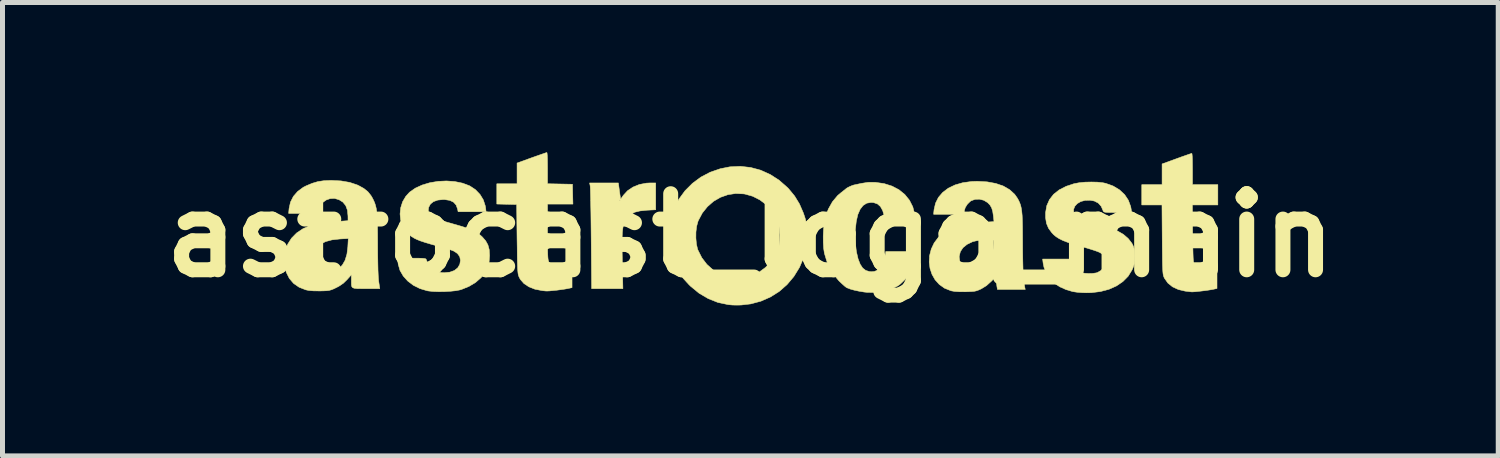
<source format=kicad_pcb>
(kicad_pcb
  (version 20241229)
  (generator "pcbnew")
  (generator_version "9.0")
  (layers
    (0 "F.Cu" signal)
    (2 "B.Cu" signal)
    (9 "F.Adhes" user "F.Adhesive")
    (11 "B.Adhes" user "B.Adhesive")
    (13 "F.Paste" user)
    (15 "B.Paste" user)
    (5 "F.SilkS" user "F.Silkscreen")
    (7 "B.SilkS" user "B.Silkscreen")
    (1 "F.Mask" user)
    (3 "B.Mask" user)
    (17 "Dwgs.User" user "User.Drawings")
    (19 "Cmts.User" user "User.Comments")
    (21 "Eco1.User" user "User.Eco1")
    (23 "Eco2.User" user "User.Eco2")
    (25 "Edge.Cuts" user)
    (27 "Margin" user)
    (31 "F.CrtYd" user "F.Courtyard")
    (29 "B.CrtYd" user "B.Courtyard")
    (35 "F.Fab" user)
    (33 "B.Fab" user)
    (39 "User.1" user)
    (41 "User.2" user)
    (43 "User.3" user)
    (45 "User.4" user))
  (footprint "astrocast_logo_main"
    (layer "F.Cu")
    (at 11.982 1.665)
    (property "Reference" "astrocast_logo_main" (at 0 0 0) (layer "F.SilkS") (effects (font (size 1.524 1.524) (thickness 0.3))))
    (attr through_hole)
    (fp_poly (pts (xy -2.933 -1.05) (xy -2.645 -1.05) (xy -2.635 -0.978) (xy -2.627 -0.917) (xy -2.617 -0.845) (xy -2.613 -0.815) (xy -2.599 -0.725) (xy -2.546 -0.801) (xy -2.461 -0.894) (xy -2.352 -0.967) (xy -2.225 -1.019) (xy -2.085 -1.046) (xy -2.014 -1.05) (xy -1.897 -1.05) (xy -1.897 -0.513) (xy -2.076 -0.504) (xy -2.21 -0.49) (xy -2.316 -0.464) (xy -2.398 -0.422) (xy -2.463 -0.363) (xy -2.493 -0.321) (xy -2.515 -0.281) (xy -2.533 -0.239) (xy -2.547 -0.191) (xy -2.557 -0.132) (xy -2.565 -0.059) (xy -2.569 0.031) (xy -2.57 0.143) (xy -2.57 0.279) (xy -2.567 0.444) (xy -2.566 0.521) (xy -2.554 1.067) (xy -3.18 1.067) (xy -3.189 0.064) (xy -3.191 -0.119) (xy -3.193 -0.293) (xy -3.195 -0.455) (xy -3.198 -0.602) (xy -3.2 -0.703) (xy -2.625 -0.703) (xy -2.616 -0.694) (xy -2.608 -0.703) (xy -2.616 -0.711) (xy -2.625 -0.703) (xy -3.2 -0.703) (xy -3.2 -0.73) (xy -3.203 -0.837) (xy -3.205 -0.919) (xy -3.208 -0.973) (xy -3.21 -0.995) (xy -3.221 -1.05) (xy -2.933 -1.05)) (stroke (width 0.01) (type solid)) (fill yes) (layer "F.SilkS"))
    (fp_poly (pts (xy 8.847 -1.627) (xy 8.851 -1.582) (xy 8.854 -1.514) (xy 8.855 -1.428) (xy 8.856 -1.329) (xy 8.856 -1.016) (xy 9.364 -1.016) (xy 9.364 -0.61) (xy 8.854 -0.61) (xy 8.859 -0.038) (xy 8.861 0.13) (xy 8.864 0.267) (xy 8.867 0.375) (xy 8.87 0.457) (xy 8.875 0.516) (xy 8.88 0.553) (xy 8.886 0.571) (xy 8.921 0.614) (xy 8.971 0.642) (xy 9.042 0.659) (xy 9.139 0.665) (xy 9.182 0.666) (xy 9.347 0.664) (xy 9.347 1.064) (xy 9.26 1.083) (xy 9.207 1.092) (xy 9.135 1.103) (xy 9.055 1.113) (xy 8.976 1.122) (xy 8.906 1.129) (xy 8.856 1.132) (xy 8.839 1.132) (xy 8.81 1.129) (xy 8.759 1.123) (xy 8.71 1.117) (xy 8.574 1.085) (xy 8.457 1.031) (xy 8.363 0.955) (xy 8.295 0.859) (xy 8.285 0.838) (xy 8.278 0.819) (xy 8.271 0.795) (xy 8.266 0.763) (xy 8.262 0.721) (xy 8.259 0.664) (xy 8.256 0.589) (xy 8.254 0.494) (xy 8.253 0.374) (xy 8.251 0.226) (xy 8.25 0.08) (xy 8.245 -0.61) (xy 7.84 -0.61) (xy 7.84 -1.016) (xy 8.247 -1.016) (xy 8.247 -1.431) (xy 8.539 -1.537) (xy 8.632 -1.571) (xy 8.715 -1.6) (xy 8.781 -1.623) (xy 8.826 -1.638) (xy 8.843 -1.643) (xy 8.847 -1.627)) (stroke (width 0.01) (type solid)) (fill yes) (layer "F.SilkS"))
    (fp_poly (pts (xy -4.073 -1.644) (xy -4.069 -1.599) (xy -4.066 -1.531) (xy -4.065 -1.445) (xy -4.064 -1.347) (xy -4.064 -1.034) (xy -3.814 -1.029) (xy -3.564 -1.024) (xy -3.56 -0.826) (xy -3.555 -0.627) (xy -4.064 -0.627) (xy -4.064 -0.072) (xy -4.064 0.082) (xy -4.063 0.206) (xy -4.062 0.304) (xy -4.06 0.379) (xy -4.057 0.435) (xy -4.053 0.476) (xy -4.047 0.506) (xy -4.04 0.529) (xy -4.034 0.542) (xy -4.005 0.588) (xy -3.965 0.619) (xy -3.91 0.638) (xy -3.832 0.647) (xy -3.738 0.649) (xy -3.573 0.647) (xy -3.573 1.047) (xy -3.66 1.066) (xy -3.718 1.076) (xy -3.793 1.087) (xy -3.876 1.098) (xy -3.957 1.106) (xy -4.028 1.113) (xy -4.078 1.115) (xy -4.089 1.115) (xy -4.132 1.111) (xy -4.174 1.106) (xy -4.317 1.078) (xy -4.438 1.03) (xy -4.536 0.965) (xy -4.607 0.884) (xy -4.625 0.852) (xy -4.635 0.831) (xy -4.643 0.811) (xy -4.65 0.787) (xy -4.655 0.757) (xy -4.659 0.717) (xy -4.663 0.663) (xy -4.665 0.593) (xy -4.668 0.503) (xy -4.67 0.389) (xy -4.671 0.247) (xy -4.674 0.076) (xy -4.682 -0.618) (xy -4.881 -0.623) (xy -5.08 -0.628) (xy -5.08 -1.033) (xy -4.674 -1.033) (xy -4.674 -1.449) (xy -4.381 -1.555) (xy -4.288 -1.588) (xy -4.205 -1.617) (xy -4.139 -1.64) (xy -4.095 -1.655) (xy -4.077 -1.66) (xy -4.073 -1.644)) (stroke (width 0.01) (type solid)) (fill yes) (layer "F.SilkS"))
    (fp_poly (pts (xy 2.504 -1.062) (xy 2.679 -1.037) (xy 2.837 -0.987) (xy 2.976 -0.914) (xy 3.093 -0.819) (xy 3.186 -0.704) (xy 3.253 -0.572) (xy 3.291 -0.423) (xy 3.297 -0.378) (xy 3.307 -0.27) (xy 3.005 -0.275) (xy 2.704 -0.279) (xy 2.682 -0.386) (xy 2.65 -0.497) (xy 2.605 -0.578) (xy 2.544 -0.631) (xy 2.466 -0.657) (xy 2.416 -0.66) (xy 2.33 -0.645) (xy 2.258 -0.599) (xy 2.198 -0.522) (xy 2.152 -0.417) (xy 2.121 -0.282) (xy 2.103 -0.12) (xy 2.1 0.002) (xy 2.102 0.099) (xy 2.109 0.2) (xy 2.119 0.29) (xy 2.126 0.337) (xy 2.158 0.473) (xy 2.199 0.578) (xy 2.249 0.654) (xy 2.31 0.702) (xy 2.384 0.725) (xy 2.425 0.728) (xy 2.483 0.723) (xy 2.527 0.705) (xy 2.568 0.673) (xy 2.638 0.589) (xy 2.684 0.481) (xy 2.701 0.402) (xy 2.713 0.322) (xy 3.319 0.322) (xy 3.319 0.377) (xy 3.304 0.504) (xy 3.26 0.633) (xy 3.194 0.76) (xy 3.108 0.875) (xy 3.006 0.973) (xy 2.949 1.014) (xy 2.824 1.076) (xy 2.678 1.12) (xy 2.518 1.142) (xy 2.354 1.143) (xy 2.278 1.135) (xy 2.175 1.118) (xy 2.078 1.097) (xy 1.996 1.074) (xy 1.935 1.05) (xy 1.919 1.041) (xy 1.887 1.016) (xy 1.84 0.974) (xy 1.787 0.924) (xy 1.769 0.906) (xy 1.678 0.796) (xy 1.597 0.663) (xy 1.53 0.516) (xy 1.484 0.363) (xy 1.481 0.35) (xy 1.467 0.256) (xy 1.46 0.141) (xy 1.459 0.014) (xy 1.465 -0.114) (xy 1.476 -0.231) (xy 1.493 -0.328) (xy 1.498 -0.347) (xy 1.56 -0.524) (xy 1.644 -0.674) (xy 1.748 -0.798) (xy 1.818 -0.857) (xy 1.864 -0.893) (xy 1.899 -0.92) (xy 1.913 -0.933) (xy 1.938 -0.951) (xy 1.98 -0.973) (xy 2.028 -0.994) (xy 2.068 -1.008) (xy 2.072 -1.009) (xy 2.106 -1.016) (xy 2.161 -1.028) (xy 2.227 -1.042) (xy 2.233 -1.043) (xy 2.356 -1.062) (xy 2.488 -1.063) (xy 2.504 -1.062)) (stroke (width 0.01) (type solid)) (fill yes) (layer "F.SilkS"))
    (fp_poly (pts (xy 0.005 -1.36) (xy 0.205 -1.306) (xy 0.396 -1.22) (xy 0.575 -1.105) (xy 0.739 -0.961) (xy 0.765 -0.935) (xy 0.886 -0.788) (xy 0.983 -0.629) (xy 1.061 -0.449) (xy 1.07 -0.423) (xy 1.091 -0.361) (xy 1.106 -0.31) (xy 1.116 -0.263) (xy 1.121 -0.211) (xy 1.124 -0.146) (xy 1.125 -0.06) (xy 1.125 0.008) (xy 1.125 0.112) (xy 1.124 0.189) (xy 1.12 0.248) (xy 1.113 0.297) (xy 1.101 0.345) (xy 1.084 0.398) (xy 1.07 0.438) (xy 0.983 0.642) (xy 0.87 0.825) (xy 0.734 0.986) (xy 0.578 1.123) (xy 0.402 1.234) (xy 0.211 1.318) (xy 0.006 1.373) (xy -0.183 1.395) (xy -0.269 1.397) (xy -0.36 1.395) (xy -0.438 1.388) (xy -0.446 1.387) (xy -0.653 1.343) (xy -0.846 1.266) (xy -1.028 1.159) (xy -1.197 1.02) (xy -1.227 0.991) (xy -1.346 0.861) (xy -1.44 0.732) (xy -1.514 0.594) (xy -1.574 0.436) (xy -1.604 0.337) (xy -1.621 0.246) (xy -1.631 0.133) (xy -1.633 0.057) (xy -1.092 0.057) (xy -1.081 0.175) (xy -1.058 0.276) (xy -1.051 0.294) (xy -0.973 0.449) (xy -0.871 0.582) (xy -0.748 0.692) (xy -0.606 0.776) (xy -0.448 0.832) (xy -0.384 0.845) (xy -0.313 0.856) (xy -0.261 0.86) (xy -0.21 0.859) (xy -0.147 0.851) (xy -0.119 0.846) (xy 0.032 0.806) (xy 0.174 0.737) (xy 0.302 0.643) (xy 0.412 0.528) (xy 0.5 0.397) (xy 0.561 0.253) (xy 0.574 0.203) (xy 0.588 0.103) (xy 0.591 -0.012) (xy 0.582 -0.127) (xy 0.567 -0.211) (xy 0.511 -0.36) (xy 0.427 -0.495) (xy 0.319 -0.613) (xy 0.191 -0.71) (xy 0.048 -0.783) (xy -0.107 -0.827) (xy -0.131 -0.831) (xy -0.294 -0.839) (xy -0.452 -0.815) (xy -0.601 -0.762) (xy -0.739 -0.682) (xy -0.86 -0.576) (xy -0.963 -0.448) (xy -1.042 -0.299) (xy -1.051 -0.277) (xy -1.077 -0.181) (xy -1.091 -0.066) (xy -1.092 0.057) (xy -1.633 0.057) (xy -1.635 0.009) (xy -1.631 -0.117) (xy -1.62 -0.233) (xy -1.603 -0.328) (xy -1.602 -0.33) (xy -1.531 -0.537) (xy -1.432 -0.726) (xy -1.308 -0.895) (xy -1.16 -1.043) (xy -0.992 -1.167) (xy -0.806 -1.265) (xy -0.603 -1.335) (xy -0.411 -1.373) (xy -0.201 -1.383) (xy 0.005 -1.36)) (stroke (width 0.01) (type solid)) (fill yes) (layer "F.SilkS"))
    (fp_poly (pts (xy -5.922 -1.078) (xy -5.766 -1.046) (xy -5.626 -0.993) (xy -5.617 -0.988) (xy -5.508 -0.916) (xy -5.417 -0.821) (xy -5.35 -0.711) (xy -5.311 -0.591) (xy -5.305 -0.557) (xy -5.295 -0.474) (xy -5.855 -0.474) (xy -5.865 -0.525) (xy -5.894 -0.606) (xy -5.946 -0.665) (xy -6.021 -0.701) (xy -6.122 -0.717) (xy -6.155 -0.718) (xy -6.263 -0.707) (xy -6.349 -0.676) (xy -6.41 -0.627) (xy -6.445 -0.561) (xy -6.452 -0.508) (xy -6.45 -0.469) (xy -6.442 -0.435) (xy -6.424 -0.406) (xy -6.394 -0.38) (xy -6.348 -0.354) (xy -6.282 -0.328) (xy -6.194 -0.298) (xy -6.08 -0.265) (xy -5.937 -0.224) (xy -5.918 -0.219) (xy -5.77 -0.176) (xy -5.65 -0.135) (xy -5.554 -0.095) (xy -5.476 -0.052) (xy -5.411 -0.005) (xy -5.376 0.026) (xy -5.304 0.108) (xy -5.258 0.191) (xy -5.232 0.286) (xy -5.225 0.402) (xy -5.225 0.406) (xy -5.235 0.539) (xy -5.266 0.652) (xy -5.322 0.755) (xy -5.394 0.845) (xy -5.504 0.942) (xy -5.637 1.022) (xy -5.784 1.082) (xy -5.817 1.092) (xy -5.899 1.108) (xy -6.004 1.119) (xy -6.122 1.126) (xy -6.242 1.128) (xy -6.354 1.124) (xy -6.447 1.114) (xy -6.473 1.11) (xy -6.62 1.066) (xy -6.752 1) (xy -6.864 0.915) (xy -6.954 0.815) (xy -7.019 0.703) (xy -7.054 0.582) (xy -7.058 0.548) (xy -7.065 0.457) (xy -6.782 0.457) (xy -6.678 0.457) (xy -6.603 0.458) (xy -6.552 0.461) (xy -6.52 0.465) (xy -6.502 0.472) (xy -6.494 0.482) (xy -6.49 0.493) (xy -6.449 0.594) (xy -6.386 0.67) (xy -6.3 0.72) (xy -6.192 0.745) (xy -6.134 0.748) (xy -6.021 0.737) (xy -5.93 0.704) (xy -5.862 0.65) (xy -5.821 0.579) (xy -5.808 0.498) (xy -5.823 0.425) (xy -5.869 0.363) (xy -5.941 0.315) (xy -5.975 0.301) (xy -6.034 0.281) (xy -6.113 0.257) (xy -6.205 0.23) (xy -6.269 0.213) (xy -6.408 0.174) (xy -6.519 0.141) (xy -6.607 0.112) (xy -6.677 0.084) (xy -6.733 0.057) (xy -6.782 0.027) (xy -6.815 0.003) (xy -6.904 -0.085) (xy -6.968 -0.19) (xy -7.006 -0.306) (xy -7.018 -0.429) (xy -7.005 -0.553) (xy -6.967 -0.673) (xy -6.903 -0.782) (xy -6.826 -0.866) (xy -6.712 -0.946) (xy -6.574 -1.009) (xy -6.42 -1.055) (xy -6.256 -1.082) (xy -6.088 -1.09) (xy -5.922 -1.078)) (stroke (width 0.01) (type solid)) (fill yes) (layer "F.SilkS"))
    (fp_poly (pts (xy -8.201 -1.091) (xy -8.027 -1.061) (xy -7.877 -1.011) (xy -7.849 -0.998) (xy -7.744 -0.94) (xy -7.664 -0.876) (xy -7.601 -0.798) (xy -7.571 -0.747) (xy -7.546 -0.697) (xy -7.525 -0.648) (xy -7.509 -0.597) (xy -7.495 -0.539) (xy -7.485 -0.471) (xy -7.478 -0.389) (xy -7.473 -0.288) (xy -7.47 -0.166) (xy -7.468 -0.018) (xy -7.467 0.159) (xy -7.467 0.186) (xy -7.466 0.382) (xy -7.463 0.553) (xy -7.46 0.697) (xy -7.455 0.811) (xy -7.449 0.894) (xy -7.445 0.927) (xy -7.424 1.067) (xy -7.698 1.067) (xy -7.804 1.067) (xy -7.881 1.066) (xy -7.934 1.06) (xy -7.967 1.048) (xy -7.985 1.026) (xy -7.992 0.992) (xy -7.993 0.944) (xy -7.993 0.901) (xy -7.993 0.789) (xy -8.078 0.885) (xy -8.154 0.959) (xy -8.243 1.019) (xy -8.293 1.045) (xy -8.351 1.073) (xy -8.397 1.091) (xy -8.441 1.103) (xy -8.493 1.109) (xy -8.564 1.112) (xy -8.618 1.113) (xy -8.745 1.112) (xy -8.844 1.104) (xy -8.907 1.091) (xy -9.04 1.039) (xy -9.151 0.962) (xy -9.237 0.861) (xy -9.299 0.736) (xy -9.336 0.597) (xy -9.344 0.453) (xy -9.339 0.423) (xy -8.737 0.423) (xy -8.723 0.525) (xy -8.682 0.609) (xy -8.619 0.672) (xy -8.537 0.711) (xy -8.441 0.725) (xy -8.343 0.71) (xy -8.25 0.667) (xy -8.176 0.597) (xy -8.119 0.499) (xy -8.082 0.376) (xy -8.064 0.23) (xy -8.055 0.063) (xy -8.223 0.072) (xy -8.382 0.09) (xy -8.512 0.125) (xy -8.612 0.177) (xy -8.683 0.245) (xy -8.725 0.33) (xy -8.737 0.423) (xy -9.339 0.423) (xy -9.321 0.311) (xy -9.269 0.177) (xy -9.192 0.056) (xy -9.09 -0.048) (xy -8.968 -0.13) (xy -8.959 -0.135) (xy -8.855 -0.18) (xy -8.74 -0.216) (xy -8.608 -0.243) (xy -8.452 -0.264) (xy -8.327 -0.275) (xy -8.06 -0.294) (xy -8.061 -0.388) (xy -8.072 -0.504) (xy -8.106 -0.596) (xy -8.162 -0.665) (xy -8.238 -0.713) (xy -8.33 -0.741) (xy -8.42 -0.736) (xy -8.497 -0.709) (xy -8.573 -0.655) (xy -8.623 -0.581) (xy -8.645 -0.505) (xy -8.656 -0.44) (xy -9.25 -0.44) (xy -9.241 -0.539) (xy -9.213 -0.666) (xy -9.155 -0.781) (xy -9.068 -0.881) (xy -8.955 -0.964) (xy -8.9 -0.992) (xy -8.778 -1.043) (xy -8.664 -1.077) (xy -8.544 -1.095) (xy -8.405 -1.101) (xy -8.395 -1.101) (xy -8.201 -1.091)) (stroke (width 0.01) (type solid)) (fill yes) (layer "F.SilkS"))
    (fp_poly (pts (xy 6.953 -1.066) (xy 7.062 -1.054) (xy 7.119 -1.042) (xy 7.268 -0.988) (xy 7.394 -0.912) (xy 7.496 -0.817) (xy 7.571 -0.705) (xy 7.618 -0.578) (xy 7.627 -0.529) (xy 7.637 -0.457) (xy 7.357 -0.457) (xy 7.253 -0.458) (xy 7.178 -0.459) (xy 7.127 -0.461) (xy 7.095 -0.466) (xy 7.078 -0.473) (xy 7.07 -0.483) (xy 7.068 -0.487) (xy 7.028 -0.581) (xy 6.969 -0.647) (xy 6.89 -0.688) (xy 6.804 -0.704) (xy 6.704 -0.701) (xy 6.618 -0.678) (xy 6.548 -0.637) (xy 6.499 -0.583) (xy 6.474 -0.519) (xy 6.477 -0.448) (xy 6.489 -0.414) (xy 6.505 -0.388) (xy 6.531 -0.365) (xy 6.57 -0.341) (xy 6.628 -0.317) (xy 6.706 -0.29) (xy 6.81 -0.258) (xy 6.942 -0.221) (xy 6.945 -0.22) (xy 7.051 -0.19) (xy 7.153 -0.159) (xy 7.244 -0.129) (xy 7.316 -0.104) (xy 7.358 -0.086) (xy 7.473 -0.019) (xy 7.569 0.064) (xy 7.641 0.157) (xy 7.654 0.18) (xy 7.675 0.225) (xy 7.687 0.27) (xy 7.694 0.323) (xy 7.696 0.397) (xy 7.696 0.423) (xy 7.695 0.504) (xy 7.69 0.562) (xy 7.679 0.61) (xy 7.66 0.661) (xy 7.644 0.694) (xy 7.567 0.819) (xy 7.462 0.925) (xy 7.333 1.013) (xy 7.183 1.08) (xy 7.013 1.125) (xy 6.827 1.148) (xy 6.727 1.15) (xy 6.64 1.147) (xy 6.551 1.14) (xy 6.475 1.129) (xy 6.454 1.125) (xy 6.324 1.087) (xy 6.2 1.031) (xy 6.093 0.962) (xy 6.055 0.931) (xy 5.983 0.848) (xy 5.923 0.746) (xy 5.881 0.638) (xy 5.865 0.563) (xy 5.854 0.474) (xy 6.429 0.474) (xy 6.45 0.542) (xy 6.486 0.619) (xy 6.541 0.687) (xy 6.605 0.735) (xy 6.632 0.746) (xy 6.696 0.759) (xy 6.776 0.764) (xy 6.857 0.762) (xy 6.927 0.752) (xy 6.951 0.745) (xy 7.025 0.702) (xy 7.083 0.637) (xy 7.113 0.571) (xy 7.118 0.495) (xy 7.091 0.424) (xy 7.035 0.365) (xy 7.001 0.344) (xy 6.963 0.327) (xy 6.899 0.304) (xy 6.815 0.277) (xy 6.719 0.248) (xy 6.625 0.221) (xy 6.478 0.179) (xy 6.36 0.141) (xy 6.265 0.105) (xy 6.189 0.068) (xy 6.127 0.029) (xy 6.074 -0.015) (xy 6.039 -0.052) (xy 5.972 -0.143) (xy 5.931 -0.241) (xy 5.913 -0.354) (xy 5.913 -0.456) (xy 5.937 -0.594) (xy 5.991 -0.716) (xy 6.073 -0.822) (xy 6.185 -0.911) (xy 6.326 -0.983) (xy 6.483 -1.035) (xy 6.584 -1.054) (xy 6.703 -1.066) (xy 6.83 -1.069) (xy 6.953 -1.066)) (stroke (width 0.01) (type solid)) (fill yes) (layer "F.SilkS"))
    (fp_poly (pts (xy 4.742 -1.072) (xy 4.916 -1.04) (xy 5.067 -0.988) (xy 5.193 -0.915) (xy 5.293 -0.824) (xy 5.346 -0.749) (xy 5.373 -0.701) (xy 5.395 -0.653) (xy 5.413 -0.603) (xy 5.426 -0.547) (xy 5.436 -0.479) (xy 5.444 -0.397) (xy 5.448 -0.296) (xy 5.451 -0.172) (xy 5.452 -0.022) (xy 5.453 0.118) (xy 5.454 0.335) (xy 5.457 0.52) (xy 5.461 0.677) (xy 5.469 0.807) (xy 5.478 0.915) (xy 5.49 1.001) (xy 5.496 1.037) (xy 5.506 1.084) (xy 4.949 1.084) (xy 4.938 1.02) (xy 4.931 0.96) (xy 4.928 0.893) (xy 4.928 0.884) (xy 4.928 0.811) (xy 4.833 0.913) (xy 4.729 1.007) (xy 4.625 1.071) (xy 4.574 1.094) (xy 4.531 1.11) (xy 4.487 1.12) (xy 4.431 1.125) (xy 4.355 1.128) (xy 4.31 1.13) (xy 4.187 1.129) (xy 4.092 1.123) (xy 4.019 1.11) (xy 4.014 1.108) (xy 3.889 1.058) (xy 3.784 0.983) (xy 3.7 0.89) (xy 3.638 0.781) (xy 3.598 0.661) (xy 3.582 0.534) (xy 3.588 0.438) (xy 4.183 0.438) (xy 4.197 0.537) (xy 4.237 0.618) (xy 4.299 0.681) (xy 4.376 0.721) (xy 4.465 0.738) (xy 4.56 0.729) (xy 4.656 0.691) (xy 4.672 0.681) (xy 4.743 0.624) (xy 4.795 0.547) (xy 4.833 0.447) (xy 4.856 0.321) (xy 4.861 0.281) (xy 4.866 0.208) (xy 4.869 0.148) (xy 4.868 0.108) (xy 4.866 0.097) (xy 4.844 0.089) (xy 4.797 0.086) (xy 4.732 0.087) (xy 4.658 0.092) (xy 4.583 0.1) (xy 4.515 0.111) (xy 4.462 0.124) (xy 4.453 0.126) (xy 4.342 0.179) (xy 4.259 0.246) (xy 4.206 0.326) (xy 4.183 0.418) (xy 4.183 0.438) (xy 3.588 0.438) (xy 3.59 0.404) (xy 3.623 0.275) (xy 3.681 0.152) (xy 3.766 0.039) (xy 3.809 -0.005) (xy 3.899 -0.076) (xy 4.001 -0.135) (xy 4.12 -0.181) (xy 4.259 -0.217) (xy 4.423 -0.243) (xy 4.615 -0.26) (xy 4.663 -0.263) (xy 4.88 -0.275) (xy 4.868 -0.387) (xy 4.854 -0.482) (xy 4.832 -0.553) (xy 4.799 -0.608) (xy 4.753 -0.656) (xy 4.676 -0.703) (xy 4.589 -0.725) (xy 4.501 -0.722) (xy 4.422 -0.693) (xy 4.403 -0.68) (xy 4.347 -0.625) (xy 4.305 -0.559) (xy 4.285 -0.494) (xy 4.284 -0.48) (xy 4.284 -0.423) (xy 3.67 -0.423) (xy 3.679 -0.515) (xy 3.709 -0.645) (xy 3.767 -0.761) (xy 3.853 -0.861) (xy 3.964 -0.945) (xy 4.099 -1.01) (xy 4.255 -1.055) (xy 4.43 -1.079) (xy 4.545 -1.083) (xy 4.742 -1.072)) (stroke (width 0.01) (type solid)) (fill yes) (layer "F.SilkS")))
  (gr_rect
    (start -3 -3)
    (end 26.963 6.083)
    (stroke (width 0.1) (type default))
    (fill no)
    (layer "Edge.Cuts")))
</source>
